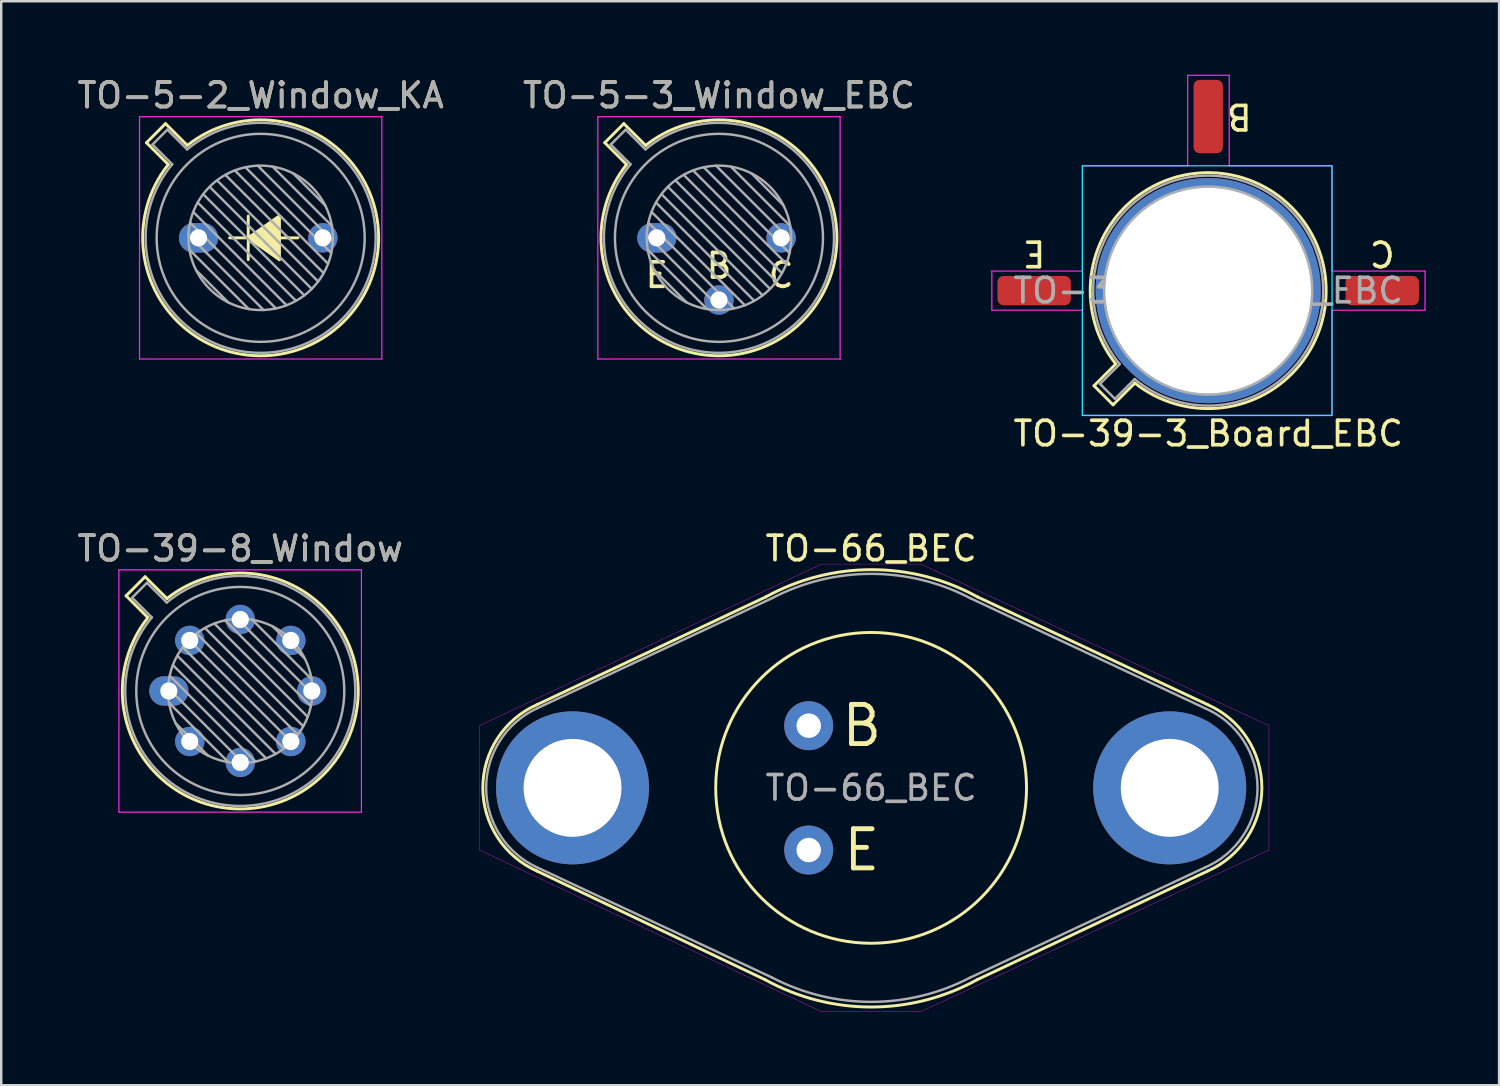
<source format=kicad_pcb>
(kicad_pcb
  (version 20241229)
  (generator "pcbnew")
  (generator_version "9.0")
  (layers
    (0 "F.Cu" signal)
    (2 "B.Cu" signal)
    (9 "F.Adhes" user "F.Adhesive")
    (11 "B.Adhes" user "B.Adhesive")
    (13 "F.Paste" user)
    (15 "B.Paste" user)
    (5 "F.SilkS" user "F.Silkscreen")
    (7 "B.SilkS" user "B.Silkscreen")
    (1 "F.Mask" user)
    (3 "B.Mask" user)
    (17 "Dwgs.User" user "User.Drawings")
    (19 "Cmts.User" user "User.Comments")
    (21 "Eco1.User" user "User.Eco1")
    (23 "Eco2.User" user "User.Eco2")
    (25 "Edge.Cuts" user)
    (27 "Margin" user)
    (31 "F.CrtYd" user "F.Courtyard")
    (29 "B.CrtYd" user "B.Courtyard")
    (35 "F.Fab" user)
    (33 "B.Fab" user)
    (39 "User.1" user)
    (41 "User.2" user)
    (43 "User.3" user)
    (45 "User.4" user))
  (footprint "TO-39-3_Board_EBC"
    (layer "F.Cu")
    (at 43.777 8.825)
    (property "Reference" "TO-39-3_Board_EBC" (at 2.54 5.842 0) (layer "F.SilkS") (effects (font (size 1 1) (thickness 0.15))))
    (fp_line (start -2.126 3.888) (end -1.235 2.997) (stroke (width 0.12) (type solid)) (layer "F.SilkS"))
    (fp_line (start -1.348 4.666) (end -2.126 3.888) (stroke (width 0.12) (type solid)) (layer "F.SilkS"))
    (fp_line (start -0.457 3.775) (end -1.348 4.666) (stroke (width 0.12) (type solid)) (layer "F.SilkS"))
    (fp_arc (start -1.234674 2.997371) (mid 5.948125 -3.408384) (end -0.457084 3.774902) (stroke (width 0.12) (type solid)) (layer "F.SilkS"))
    (fp_rect (start -2.6 -5.1) (end 7.6 5.1) (stroke (width 0.05) (type solid)) (fill no) (layer "B.CrtYd"))
    (fp_line (start -6.3 -0.8) (end -6.3 -0.6) (stroke (width 0.05) (type solid)) (layer "F.CrtYd"))
    (fp_line (start -6.3 -0.6) (end -6.3 0.8) (stroke (width 0.05) (type solid)) (layer "F.CrtYd"))
    (fp_line (start -6.3 0.8) (end -2.6 0.8) (stroke (width 0.05) (type solid)) (layer "F.CrtYd"))
    (fp_line (start -2.6 -5.1) (end -2.6 -0.8) (stroke (width 0.05) (type solid)) (layer "F.CrtYd"))
    (fp_line (start -2.6 -0.8) (end -6.3 -0.8) (stroke (width 0.05) (type solid)) (layer "F.CrtYd"))
    (fp_line (start -2.6 0.8) (end -2.6 5.1) (stroke (width 0.05) (type solid)) (layer "F.CrtYd"))
    (fp_line (start -2.6 5.1) (end 7.6 5.1) (stroke (width 0.05) (type solid)) (layer "F.CrtYd"))
    (fp_line (start 1.7 -8.8) (end 1.7 -5.1) (stroke (width 0.05) (type solid)) (layer "F.CrtYd"))
    (fp_line (start 1.7 -5.1) (end -2.6 -5.1) (stroke (width 0.05) (type solid)) (layer "F.CrtYd"))
    (fp_line (start 3.4 -8.8) (end 1.7 -8.8) (stroke (width 0.05) (type solid)) (layer "F.CrtYd"))
    (fp_line (start 3.4 -5.1) (end 3.4 -8.8) (stroke (width 0.05) (type solid)) (layer "F.CrtYd"))
    (fp_line (start 7.6 -5.1) (end 3.4 -5.1) (stroke (width 0.05) (type solid)) (layer "F.CrtYd"))
    (fp_line (start 7.6 -0.8) (end 7.6 -5.1) (stroke (width 0.05) (type solid)) (layer "F.CrtYd"))
    (fp_line (start 7.6 0.8) (end 11.4 0.8) (stroke (width 0.05) (type solid)) (layer "F.CrtYd"))
    (fp_line (start 7.6 5.1) (end 7.6 0.8) (stroke (width 0.05) (type solid)) (layer "F.CrtYd"))
    (fp_line (start 11.4 -0.8) (end 7.6 -0.8) (stroke (width 0.05) (type solid)) (layer "F.CrtYd"))
    (fp_line (start 11.4 0.8) (end 11.4 -0.8) (stroke (width 0.05) (type solid)) (layer "F.CrtYd"))
    (fp_line (start -1.88 3.812) (end -1.074 3.005) (stroke (width 0.1) (type solid)) (layer "F.Fab"))
    (fp_line (start -1.272 4.42) (end -1.88 3.812) (stroke (width 0.1) (type solid)) (layer "F.Fab"))
    (fp_line (start -0.465 3.614) (end -1.272 4.42) (stroke (width 0.1) (type solid)) (layer "F.Fab"))
    (fp_arc (start -1.073594 3.005319) (mid 5.863443 -3.323361) (end -0.465408 3.61352) (stroke (width 0.1) (type solid)) (layer "F.Fab"))
    (fp_circle (center 2.54 0) (end 6.79 0) (stroke (width 0.1) (type solid)) (fill no) (layer "F.Fab"))
    (fp_text user "C" (at 9.652 -1.524 180) (unlocked yes) (layer "F.SilkS") (effects (font (size 1 1) (thickness 0.15))))
    (fp_text user "E" (at -4.572 -1.524 180) (unlocked yes) (layer "F.SilkS") (effects (font (size 1 1) (thickness 0.15))))
    (fp_text user "B" (at 3.81 -7.112 180) (unlocked yes) (layer "F.SilkS") (effects (font (size 1 1) (thickness 0.15))))
    (fp_text user "${REFERENCE}" (at 2.54 0 0) (layer "F.Fab") (effects (font (size 1 1) (thickness 0.15))))
    (pad "1" smd roundrect (at -4.572 0) (size 3 1.2) (layers "F.Cu" "F.Mask" "F.Paste") (roundrect_rratio 0.208))
    (pad "2" smd roundrect (at 2.54 -7.112) (size 1.2 3) (layers "F.Cu" "F.Mask" "F.Paste") (roundrect_rratio 0.208))
    (pad "3" thru_hole circle (at 2.54 0) (size 9.2 9.2) (drill 8.4) (layers "*.Cu" "*.Mask"))
    (pad "3" smd roundrect (at 9.652 0) (size 3 1.2) (layers "F.Cu" "F.Mask" "F.Paste") (roundrect_rratio 0.208)))
  (footprint "TO-5-2_Window_KA"
    (layer "F.Cu")
    (at 5.061 6.668)
    (property "Reference" "TO-5-2_Window_KA" (at 2.54 -5.82 0) (layer "F.SilkS") (effects (font (size 1 1) (thickness 0.15))))
    (attr through_hole)
    (fp_line (start -2.126 -3.888) (end -1.235 -2.997) (stroke (width 0.12) (type solid)) (layer "F.SilkS"))
    (fp_line (start -1.348 -4.666) (end -2.126 -3.888) (stroke (width 0.12) (type solid)) (layer "F.SilkS"))
    (fp_line (start -0.457 -3.775) (end -1.348 -4.666) (stroke (width 0.12) (type solid)) (layer "F.SilkS"))
    (fp_line (start 2.032 0) (end 1.27 0) (stroke (width 0.12) (type solid)) (layer "F.SilkS"))
    (fp_line (start 2.032 0) (end 3.302 -0.889) (stroke (width 0.12) (type solid)) (layer "F.SilkS"))
    (fp_line (start 2.032 0.889) (end 2.032 -0.889) (stroke (width 0.12) (type solid)) (layer "F.SilkS"))
    (fp_line (start 3.302 -0.889) (end 3.302 0.889) (stroke (width 0.12) (type solid)) (layer "F.SilkS"))
    (fp_line (start 3.302 0.889) (end 2.032 0) (stroke (width 0.12) (type solid)) (layer "F.SilkS"))
    (fp_line (start 4.064 0) (end 3.302 0) (stroke (width 0.12) (type solid)) (layer "F.SilkS"))
    (fp_arc (start -0.457084 -3.774902) (mid 5.948125 3.408384) (end -1.234674 -2.997371) (stroke (width 0.12) (type solid)) (layer "F.SilkS"))
    (fp_poly (pts (xy 2.032 0) (xy 3.302 -0.889) (xy 3.302 0.889)) (stroke (width 0.1) (type solid)) (fill yes) (layer "F.SilkS"))
    (fp_line (start -2.41 -4.95) (end -2.41 4.95) (stroke (width 0.05) (type solid)) (layer "F.CrtYd"))
    (fp_line (start -2.41 4.95) (end 7.49 4.95) (stroke (width 0.05) (type solid)) (layer "F.CrtYd"))
    (fp_line (start 7.49 -4.95) (end -2.41 -4.95) (stroke (width 0.05) (type solid)) (layer "F.CrtYd"))
    (fp_line (start 7.49 4.95) (end 7.49 -4.95) (stroke (width 0.05) (type solid)) (layer "F.CrtYd"))
    (fp_line (start -1.88 -3.812) (end -1.074 -3.005) (stroke (width 0.1) (type solid)) (layer "F.Fab"))
    (fp_line (start -1.272 -4.42) (end -1.88 -3.812) (stroke (width 0.1) (type solid)) (layer "F.Fab"))
    (fp_line (start -0.465 -3.614) (end -1.272 -4.42) (stroke (width 0.1) (type solid)) (layer "F.Fab"))
    (fp_line (start -0.408 -0.12) (end 2.66 2.948) (stroke (width 0.1) (type solid)) (layer "F.Fab"))
    (fp_line (start -0.371 0.485) (end 2.055 2.911) (stroke (width 0.1) (type solid)) (layer "F.Fab"))
    (fp_line (start -0.344 -0.622) (end 3.162 2.884) (stroke (width 0.1) (type solid)) (layer "F.Fab"))
    (fp_line (start -0.215 -1.058) (end 3.598 2.755) (stroke (width 0.1) (type solid)) (layer "F.Fab"))
    (fp_line (start -0.097 1.324) (end 1.216 2.637) (stroke (width 0.1) (type solid)) (layer "F.Fab"))
    (fp_line (start -0.034 -1.443) (end 3.983 2.574) (stroke (width 0.1) (type solid)) (layer "F.Fab"))
    (fp_line (start 0.19 -1.784) (end 4.324 2.35) (stroke (width 0.1) (type solid)) (layer "F.Fab"))
    (fp_line (start 0.454 -2.086) (end 4.626 2.086) (stroke (width 0.1) (type solid)) (layer "F.Fab"))
    (fp_line (start 0.756 -2.35) (end 4.89 1.784) (stroke (width 0.1) (type solid)) (layer "F.Fab"))
    (fp_line (start 1.097 -2.574) (end 5.114 1.443) (stroke (width 0.1) (type solid)) (layer "F.Fab"))
    (fp_line (start 1.482 -2.755) (end 5.295 1.058) (stroke (width 0.1) (type solid)) (layer "F.Fab"))
    (fp_line (start 1.918 -2.884) (end 5.424 0.622) (stroke (width 0.1) (type solid)) (layer "F.Fab"))
    (fp_line (start 2.42 -2.948) (end 5.488 0.12) (stroke (width 0.1) (type solid)) (layer "F.Fab"))
    (fp_line (start 3.025 -2.911) (end 5.451 -0.485) (stroke (width 0.1) (type solid)) (layer "F.Fab"))
    (fp_line (start 3.864 -2.637) (end 5.177 -1.324) (stroke (width 0.1) (type solid)) (layer "F.Fab"))
    (fp_arc (start -0.465408 -3.61352) (mid 5.863443 3.323361) (end -1.073594 -3.005319) (stroke (width 0.1) (type solid)) (layer "F.Fab"))
    (fp_circle (center 2.54 0) (end 5.49 0) (stroke (width 0.1) (type solid)) (fill no) (layer "F.Fab"))
    (fp_circle (center 2.54 0) (end 6.79 0) (stroke (width 0.1) (type solid)) (fill no) (layer "F.Fab"))
    (fp_text user "${REFERENCE}" (at 2.54 -5.82 0) (layer "F.Fab") (effects (font (size 1 1) (thickness 0.15))))
    (pad "1" thru_hole oval (at 0 0) (size 1.6 1.2) (drill 0.7) (layers "*.Cu" "*.Mask"))
    (pad "2" thru_hole oval (at 5.08 0) (size 1.2 1.2) (drill 0.7) (layers "*.Cu" "*.Mask")))
  (footprint "TO-5-3_Window_EBC"
    (layer "F.Cu")
    (at 23.787 6.668)
    (property "Reference" "TO-5-3_Window_EBC" (at 2.54 -5.82 0) (layer "F.SilkS") (effects (font (size 1 1) (thickness 0.15))))
    (fp_line (start -2.126 -3.888) (end -1.235 -2.997) (stroke (width 0.12) (type solid)) (layer "F.SilkS"))
    (fp_line (start -1.348 -4.666) (end -2.126 -3.888) (stroke (width 0.12) (type solid)) (layer "F.SilkS"))
    (fp_line (start -0.457 -3.775) (end -1.348 -4.666) (stroke (width 0.12) (type solid)) (layer "F.SilkS"))
    (fp_arc (start -0.457084 -3.774902) (mid 5.948125 3.408384) (end -1.234674 -2.997371) (stroke (width 0.12) (type solid)) (layer "F.SilkS"))
    (fp_line (start -2.41 -4.95) (end -2.41 4.95) (stroke (width 0.05) (type solid)) (layer "F.CrtYd"))
    (fp_line (start -2.41 4.95) (end 7.49 4.95) (stroke (width 0.05) (type solid)) (layer "F.CrtYd"))
    (fp_line (start 7.49 -4.95) (end -2.41 -4.95) (stroke (width 0.05) (type solid)) (layer "F.CrtYd"))
    (fp_line (start 7.49 4.95) (end 7.49 -4.95) (stroke (width 0.05) (type solid)) (layer "F.CrtYd"))
    (fp_line (start -1.88 -3.812) (end -1.074 -3.005) (stroke (width 0.1) (type solid)) (layer "F.Fab"))
    (fp_line (start -1.272 -4.42) (end -1.88 -3.812) (stroke (width 0.1) (type solid)) (layer "F.Fab"))
    (fp_line (start -0.465 -3.614) (end -1.272 -4.42) (stroke (width 0.1) (type solid)) (layer "F.Fab"))
    (fp_line (start -0.408 -0.12) (end 2.66 2.948) (stroke (width 0.1) (type solid)) (layer "F.Fab"))
    (fp_line (start -0.371 0.485) (end 2.055 2.911) (stroke (width 0.1) (type solid)) (layer "F.Fab"))
    (fp_line (start -0.344 -0.622) (end 3.162 2.884) (stroke (width 0.1) (type solid)) (layer "F.Fab"))
    (fp_line (start -0.215 -1.058) (end 3.598 2.755) (stroke (width 0.1) (type solid)) (layer "F.Fab"))
    (fp_line (start -0.097 1.324) (end 1.216 2.637) (stroke (width 0.1) (type solid)) (layer "F.Fab"))
    (fp_line (start -0.034 -1.443) (end 3.983 2.574) (stroke (width 0.1) (type solid)) (layer "F.Fab"))
    (fp_line (start 0.19 -1.784) (end 4.324 2.35) (stroke (width 0.1) (type solid)) (layer "F.Fab"))
    (fp_line (start 0.454 -2.086) (end 4.626 2.086) (stroke (width 0.1) (type solid)) (layer "F.Fab"))
    (fp_line (start 0.756 -2.35) (end 4.89 1.784) (stroke (width 0.1) (type solid)) (layer "F.Fab"))
    (fp_line (start 1.097 -2.574) (end 5.114 1.443) (stroke (width 0.1) (type solid)) (layer "F.Fab"))
    (fp_line (start 1.482 -2.755) (end 5.295 1.058) (stroke (width 0.1) (type solid)) (layer "F.Fab"))
    (fp_line (start 1.918 -2.884) (end 5.424 0.622) (stroke (width 0.1) (type solid)) (layer "F.Fab"))
    (fp_line (start 2.42 -2.948) (end 5.488 0.12) (stroke (width 0.1) (type solid)) (layer "F.Fab"))
    (fp_line (start 3.025 -2.911) (end 5.451 -0.485) (stroke (width 0.1) (type solid)) (layer "F.Fab"))
    (fp_line (start 3.864 -2.637) (end 5.177 -1.324) (stroke (width 0.1) (type solid)) (layer "F.Fab"))
    (fp_arc (start -0.465408 -3.61352) (mid 5.863443 3.323361) (end -1.073594 -3.005319) (stroke (width 0.1) (type solid)) (layer "F.Fab"))
    (fp_circle (center 2.54 0) (end 5.49 0) (stroke (width 0.1) (type solid)) (fill no) (layer "F.Fab"))
    (fp_circle (center 2.54 0) (end 6.79 0) (stroke (width 0.1) (type solid)) (fill no) (layer "F.Fab"))
    (fp_text user "E" (at 0 1.524 0) (unlocked yes) (layer "F.SilkS") (effects (font (size 1 1) (thickness 0.15))))
    (fp_text user "C" (at 5.08 1.524 0) (unlocked yes) (layer "F.SilkS") (effects (font (size 1 1) (thickness 0.15))))
    (fp_text user "B" (at 2.54 1.143 0) (unlocked yes) (layer "F.SilkS") (effects (font (size 1 1) (thickness 0.15))))
    (fp_text user "${REFERENCE}" (at 2.54 -5.82 0) (layer "F.Fab") (effects (font (size 1 1) (thickness 0.15))))
    (pad "1" thru_hole oval (at 0 0) (size 1.6 1.2) (drill 0.7) (layers "*.Cu" "*.Mask"))
    (pad "2" thru_hole oval (at 2.54 2.54) (size 1.2 1.2) (drill 0.7) (layers "*.Cu" "*.Mask"))
    (pad "3" thru_hole oval (at 5.08 0) (size 1.2 1.2) (drill 0.7) (layers "*.Cu" "*.Mask")))
  (footprint "TO-39-8_Window"
    (layer "F.Cu")
    (at 3.848 25.183)
    (property "Reference" "TO-39-8_Window" (at 2.92 -5.82 0) (layer "F.SilkS") (effects (font (size 1 1) (thickness 0.15))))
    (attr through_hole)
    (fp_line (start -1.746 -3.888) (end -0.855 -2.997) (stroke (width 0.12) (type solid)) (layer "F.SilkS"))
    (fp_line (start -0.968 -4.666) (end -1.746 -3.888) (stroke (width 0.12) (type solid)) (layer "F.SilkS"))
    (fp_line (start -0.077 -3.775) (end -0.968 -4.666) (stroke (width 0.12) (type solid)) (layer "F.SilkS"))
    (fp_arc (start -0.077084 -3.774902) (mid 6.328125 3.408384) (end -0.854674 -2.997371) (stroke (width 0.12) (type solid)) (layer "F.SilkS"))
    (fp_line (start -2.04 -4.95) (end -2.04 4.95) (stroke (width 0.05) (type solid)) (layer "F.CrtYd"))
    (fp_line (start -2.04 4.95) (end 7.87 4.95) (stroke (width 0.05) (type solid)) (layer "F.CrtYd"))
    (fp_line (start 7.87 -4.95) (end -2.04 -4.95) (stroke (width 0.05) (type solid)) (layer "F.CrtYd"))
    (fp_line (start 7.87 4.95) (end 7.87 -4.95) (stroke (width 0.05) (type solid)) (layer "F.CrtYd"))
    (fp_line (start -1.5 -3.812) (end -0.694 -3.005) (stroke (width 0.1) (type solid)) (layer "F.Fab"))
    (fp_line (start -0.892 -4.42) (end -1.5 -3.812) (stroke (width 0.1) (type solid)) (layer "F.Fab"))
    (fp_line (start -0.085 -3.614) (end -0.892 -4.42) (stroke (width 0.1) (type solid)) (layer "F.Fab"))
    (fp_line (start -0.028 -0.12) (end 3.04 2.948) (stroke (width 0.1) (type solid)) (layer "F.Fab"))
    (fp_line (start 0.009 0.485) (end 2.435 2.911) (stroke (width 0.1) (type solid)) (layer "F.Fab"))
    (fp_line (start 0.036 -0.622) (end 3.542 2.884) (stroke (width 0.1) (type solid)) (layer "F.Fab"))
    (fp_line (start 0.165 -1.058) (end 3.978 2.755) (stroke (width 0.1) (type solid)) (layer "F.Fab"))
    (fp_line (start 0.283 1.324) (end 1.596 2.637) (stroke (width 0.1) (type solid)) (layer "F.Fab"))
    (fp_line (start 0.346 -1.443) (end 4.363 2.574) (stroke (width 0.1) (type solid)) (layer "F.Fab"))
    (fp_line (start 0.57 -1.784) (end 4.704 2.35) (stroke (width 0.1) (type solid)) (layer "F.Fab"))
    (fp_line (start 0.834 -2.086) (end 5.006 2.086) (stroke (width 0.1) (type solid)) (layer "F.Fab"))
    (fp_line (start 1.136 -2.35) (end 5.27 1.784) (stroke (width 0.1) (type solid)) (layer "F.Fab"))
    (fp_line (start 1.477 -2.574) (end 5.494 1.443) (stroke (width 0.1) (type solid)) (layer "F.Fab"))
    (fp_line (start 1.862 -2.755) (end 5.675 1.058) (stroke (width 0.1) (type solid)) (layer "F.Fab"))
    (fp_line (start 2.298 -2.884) (end 5.804 0.622) (stroke (width 0.1) (type solid)) (layer "F.Fab"))
    (fp_line (start 2.8 -2.948) (end 5.868 0.12) (stroke (width 0.1) (type solid)) (layer "F.Fab"))
    (fp_line (start 3.405 -2.911) (end 5.831 -0.485) (stroke (width 0.1) (type solid)) (layer "F.Fab"))
    (fp_line (start 4.244 -2.637) (end 5.557 -1.324) (stroke (width 0.1) (type solid)) (layer "F.Fab"))
    (fp_arc (start -0.085408 -3.61352) (mid 6.243443 3.323361) (end -0.693594 -3.005319) (stroke (width 0.1) (type solid)) (layer "F.Fab"))
    (fp_circle (center 2.92 0) (end 5.87 0) (stroke (width 0.1) (type solid)) (fill no) (layer "F.Fab"))
    (fp_circle (center 2.92 0) (end 7.17 0) (stroke (width 0.1) (type solid)) (fill no) (layer "F.Fab"))
    (fp_text user "${REFERENCE}" (at 2.92 -5.82 0) (layer "F.Fab") (effects (font (size 1 1) (thickness 0.15))))
    (pad "1" thru_hole oval (at 0 0) (size 1.6 1.2) (drill 0.7) (layers "*.Cu" "*.Mask"))
    (pad "2" thru_hole oval (at 0.855 2.065) (size 1.2 1.2) (drill 0.7) (layers "*.Cu" "*.Mask"))
    (pad "3" thru_hole oval (at 2.92 2.92) (size 1.2 1.2) (drill 0.7) (layers "*.Cu" "*.Mask"))
    (pad "4" thru_hole oval (at 4.985 2.065) (size 1.2 1.2) (drill 0.7) (layers "*.Cu" "*.Mask"))
    (pad "5" thru_hole oval (at 5.84 0) (size 1.2 1.2) (drill 0.7) (layers "*.Cu" "*.Mask"))
    (pad "6" thru_hole oval (at 4.985 -2.065) (size 1.2 1.2) (drill 0.7) (layers "*.Cu" "*.Mask"))
    (pad "7" thru_hole oval (at 2.92 -2.92) (size 1.2 1.2) (drill 0.7) (layers "*.Cu" "*.Mask"))
    (pad "8" thru_hole oval (at 0.855 -2.065) (size 1.2 1.2) (drill 0.7) (layers "*.Cu" "*.Mask")))
  (footprint "TO-66_BEC"
    (layer "F.Cu")
    (at 32.544 29.142)
    (property "Reference" "TO-66_BEC" (at 0 -9.779 0) (unlocked yes) (layer "F.SilkS") (effects (font (size 1 1) (thickness 0.15))))
    (fp_line (start -13.65 3.4) (end -4.328 7.84) (stroke (width 0.12) (type solid)) (layer "F.SilkS"))
    (fp_line (start -4.301 -7.803) (end -13.65 -3.4) (stroke (width 0.12) (type solid)) (layer "F.SilkS"))
    (fp_line (start 4.323 7.842) (end 13.75 3.4) (stroke (width 0.12) (type solid)) (layer "F.SilkS"))
    (fp_line (start 13.75 -3.4) (end 4.35 -7.8) (stroke (width 0.12) (type solid)) (layer "F.SilkS"))
    (fp_arc (start -13.65 3.4) (mid -15.866172 0) (end -13.65 -3.4) (stroke (width 0.12) (type solid)) (layer "F.SilkS"))
    (fp_arc (start -4.301422 -7.802581) (mid 0.024621 -8.915334) (end 4.35 -7.8) (stroke (width 0.12) (type solid)) (layer "F.SilkS"))
    (fp_arc (start 4.323372 7.842406) (mid -0.002671 8.955159) (end -4.32805 7.839825) (stroke (width 0.12) (type solid)) (layer "F.SilkS"))
    (fp_arc (start 13.750015 -3.4) (mid 15.966187 0) (end 13.750015 3.4) (stroke (width 0.12) (type solid)) (layer "F.SilkS"))
    (fp_circle (center 0 0) (end 6.35 0) (stroke (width 0.12) (type solid)) (fill no) (layer "F.SilkS"))
    (fp_line (start -16.002 -2.54) (end -2.032 -9.144) (stroke (width 0.013) (type solid)) (layer "F.CrtYd"))
    (fp_line (start -16.002 -2.286) (end -16.002 -2.54) (stroke (width 0.013) (type solid)) (layer "F.CrtYd"))
    (fp_line (start -16.002 -2.032) (end -16.002 -2.286) (stroke (width 0.013) (type solid)) (layer "F.CrtYd"))
    (fp_line (start -16.002 0) (end -16.002 -2.032) (stroke (width 0.013) (type solid)) (layer "F.CrtYd"))
    (fp_line (start -16.002 2.54) (end -16.002 0) (stroke (width 0.013) (type solid)) (layer "F.CrtYd"))
    (fp_line (start -2.032 -9.144) (end 2.032 -9.144) (stroke (width 0.013) (type solid)) (layer "F.CrtYd"))
    (fp_line (start -2.032 9.144) (end -16.002 2.54) (stroke (width 0.013) (type solid)) (layer "F.CrtYd"))
    (fp_line (start 2.032 -9.144) (end 16.256 -2.54) (stroke (width 0.013) (type solid)) (layer "F.CrtYd"))
    (fp_line (start 2.032 9.144) (end -2.032 9.144) (stroke (width 0.013) (type solid)) (layer "F.CrtYd"))
    (fp_line (start 16.256 -2.54) (end 16.256 2.54) (stroke (width 0.013) (type solid)) (layer "F.CrtYd"))
    (fp_line (start 16.256 2.54) (end 2.032 9.144) (stroke (width 0.013) (type solid)) (layer "F.CrtYd"))
    (fp_line (start -13.65 -3.25) (end -4.05 -7.75) (stroke (width 0.1) (type solid)) (layer "F.Fab"))
    (fp_line (start -13.65 3.25) (end -4.05 7.75) (stroke (width 0.1) (type solid)) (layer "F.Fab"))
    (fp_line (start 13.65 -3.25) (end 4.05 -7.75) (stroke (width 0.1) (type solid)) (layer "F.Fab"))
    (fp_line (start 13.65 3.25) (end 4.05 7.75) (stroke (width 0.1) (type solid)) (layer "F.Fab"))
    (fp_arc (start -13.65 3.25) (mid -15.729455 0) (end -13.65 -3.25) (stroke (width 0.1) (type solid)) (layer "F.Fab"))
    (fp_arc (start -4.05 -7.749999) (mid 0 -8.744426) (end 4.049999 -7.749999) (stroke (width 0.1) (type solid)) (layer "F.Fab"))
    (fp_arc (start 4.05 7.749999) (mid 0 8.744426) (end -4.049999 7.749999) (stroke (width 0.1) (type solid)) (layer "F.Fab"))
    (fp_arc (start 13.65 -3.25) (mid 15.788714 0) (end 13.65 3.25) (stroke (width 0.1) (type solid)) (layer "F.Fab"))
    (fp_text user "B" (at -0.381 -2.54 0) (unlocked yes) (layer "F.SilkS") (effects (font (size 1.6 1.6) (thickness 0.2))))
    (fp_text user "E" (at -0.381 2.54 0) (unlocked yes) (layer "F.SilkS") (effects (font (size 1.6 1.6) (thickness 0.2))))
    (fp_text user "${REFERENCE}" (at 0 0 0) (layer "F.Fab") (effects (font (size 1 1) (thickness 0.15))))
    (pad "1" thru_hole circle (at -2.55 -2.54) (size 2 2) (drill 1) (layers "*.Cu" "*.Mask"))
    (pad "2" thru_hole circle (at -2.55 2.54) (size 2 2) (drill 1) (layers "*.Cu" "*.Mask"))
    (pad "3" thru_hole circle (at -12.2 0) (size 6.25 6.25) (drill 4) (layers "*.Cu" "*.Mask"))
    (pad "3" thru_hole circle (at 12.2 0) (size 6.25 6.25) (drill 4) (layers "*.Cu" "*.Mask")))
  (gr_rect
    (start -3 -3)
    (end 58.202 41.293)
    (stroke (width 0.1) (type default))
    (fill no)
    (layer "Edge.Cuts")))
</source>
